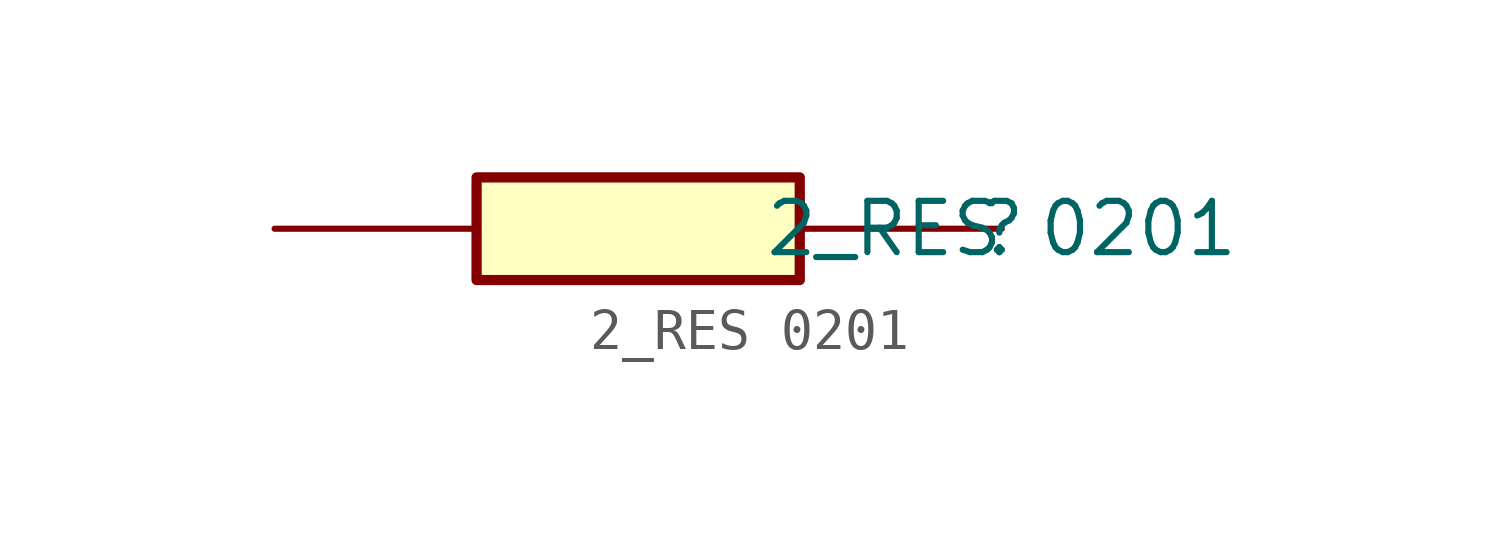
<source format=kicad_sym>
(kicad_symbol_lib
  (version 20210619)
  (generator kicad_symbol_editor)
  (symbol "e-verest-altium-import:2_RES 0201"
    (property "Reference" ""
      (at 0 0 0)
      (effects (font (size 1.27 1.27))))
    (property "Value" "2_RES 0201"
      (at 0 0 0)
      (effects (font (size 1.27 1.27))))
    (symbol "2_RES 0201_1_0"
      (rectangle (start -5 1.27) (end -13 -1.27) (stroke (width 0.254)) (fill (type background)))
      (pin passive line (at -18 0 0) (length 5) (name "2" (effects (font (size 0 0)))) (number "2" (effects (font (size 0 0)))))
      (pin passive line (at 0 0 180) (length 5) (name "1" (effects (font (size 0 0)))) (number "1" (effects (font (size 0 0))))))))
</source>
